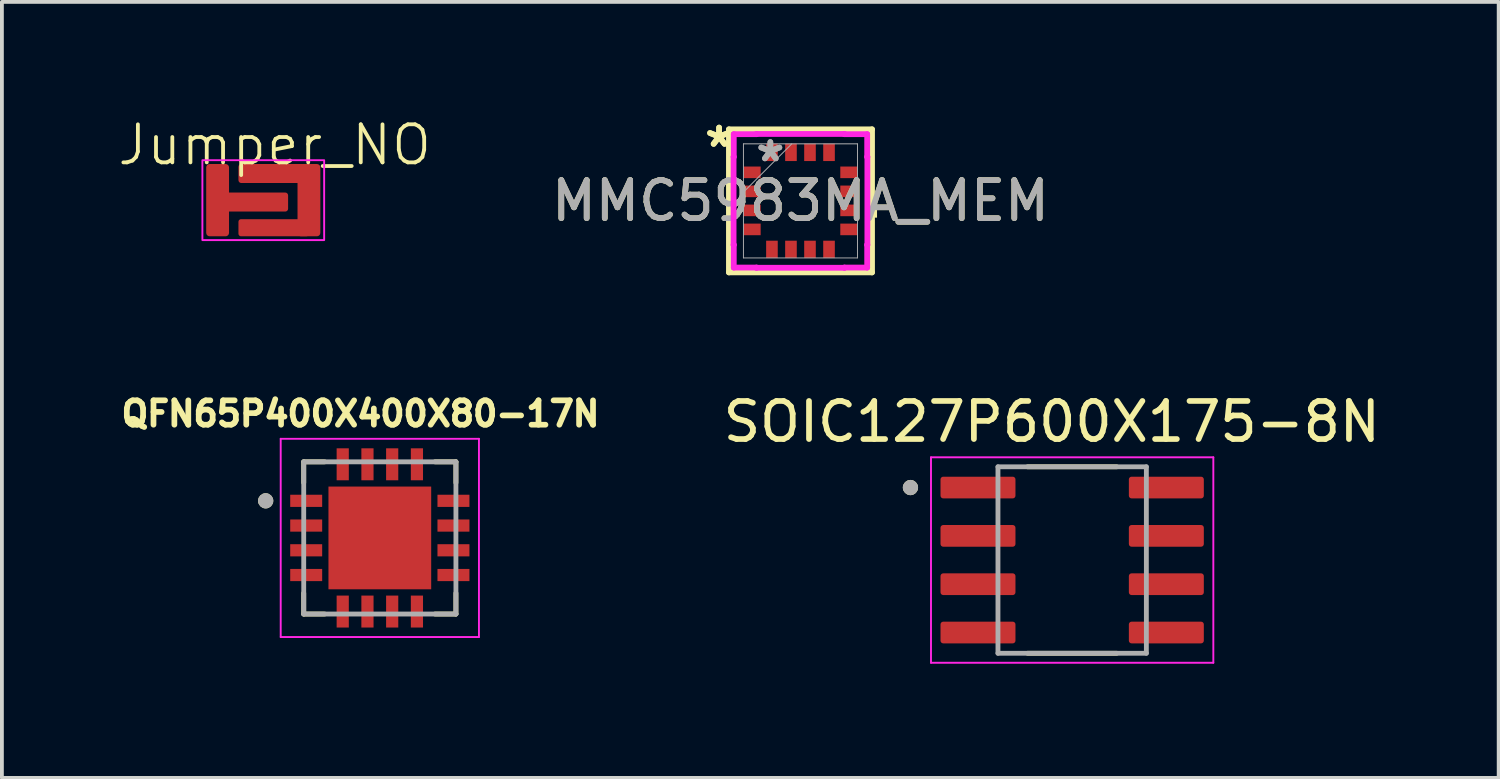
<source format=kicad_pcb>
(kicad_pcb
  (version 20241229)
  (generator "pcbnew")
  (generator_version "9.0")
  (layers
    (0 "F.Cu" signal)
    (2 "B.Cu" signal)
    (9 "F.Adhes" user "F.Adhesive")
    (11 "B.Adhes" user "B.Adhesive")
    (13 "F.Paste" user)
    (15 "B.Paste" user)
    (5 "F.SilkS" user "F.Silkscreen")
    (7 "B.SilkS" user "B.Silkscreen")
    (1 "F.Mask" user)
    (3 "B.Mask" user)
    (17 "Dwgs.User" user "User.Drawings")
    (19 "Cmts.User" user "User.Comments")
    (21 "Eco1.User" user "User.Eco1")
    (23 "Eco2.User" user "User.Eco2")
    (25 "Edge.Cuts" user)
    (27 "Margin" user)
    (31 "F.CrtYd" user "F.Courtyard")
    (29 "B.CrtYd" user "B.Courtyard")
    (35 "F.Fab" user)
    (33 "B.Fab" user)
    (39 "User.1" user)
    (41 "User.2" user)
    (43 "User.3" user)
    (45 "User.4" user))
  (footprint "SOIC127P600X175-8N"
    (layer "F.Cu")
    (at 25.127 11.668)
    (property "Reference" "SOIC127P600X175-8N" (at -0.535 -3.635 0) (layer "F.SilkS") (effects (font (size 1 1) (thickness 0.15))))
    (attr smd)
    (fp_line (start -1.17 -2.45) (end 1.17 -2.45) (stroke (width 0.127) (type solid)) (layer "F.SilkS"))
    (fp_line (start -1.17 2.45) (end 1.17 2.45) (stroke (width 0.127) (type solid)) (layer "F.SilkS"))
    (fp_circle (center -4.25 -1.905) (end -4.15 -1.905) (stroke (width 0.2) (type solid)) (fill no) (layer "F.SilkS"))
    (fp_line (start -3.71 -2.7) (end -3.71 2.7) (stroke (width 0.05) (type solid)) (layer "F.CrtYd"))
    (fp_line (start -3.71 -2.7) (end 3.71 -2.7) (stroke (width 0.05) (type solid)) (layer "F.CrtYd"))
    (fp_line (start -3.71 2.7) (end 3.71 2.7) (stroke (width 0.05) (type solid)) (layer "F.CrtYd"))
    (fp_line (start 3.71 -2.7) (end 3.71 2.7) (stroke (width 0.05) (type solid)) (layer "F.CrtYd"))
    (fp_line (start -1.95 -2.45) (end -1.95 2.45) (stroke (width 0.127) (type solid)) (layer "F.Fab"))
    (fp_line (start -1.95 -2.45) (end 1.95 -2.45) (stroke (width 0.127) (type solid)) (layer "F.Fab"))
    (fp_line (start -1.95 2.45) (end 1.95 2.45) (stroke (width 0.127) (type solid)) (layer "F.Fab"))
    (fp_line (start 1.95 -2.45) (end 1.95 2.45) (stroke (width 0.127) (type solid)) (layer "F.Fab"))
    (fp_circle (center -4.25 -1.905) (end -4.15 -1.905) (stroke (width 0.2) (type solid)) (fill no) (layer "F.Fab"))
    (pad "1" smd roundrect (at -2.475 -1.905) (size 1.97 0.57) (layers "F.Cu" "F.Mask" "F.Paste") (roundrect_rratio 0.125))
    (pad "2" smd roundrect (at -2.475 -0.635) (size 1.97 0.57) (layers "F.Cu" "F.Mask" "F.Paste") (roundrect_rratio 0.125))
    (pad "3" smd roundrect (at -2.475 0.635) (size 1.97 0.57) (layers "F.Cu" "F.Mask" "F.Paste") (roundrect_rratio 0.125))
    (pad "4" smd roundrect (at -2.475 1.905) (size 1.97 0.57) (layers "F.Cu" "F.Mask" "F.Paste") (roundrect_rratio 0.125))
    (pad "5" smd roundrect (at 2.475 1.905) (size 1.97 0.57) (layers "F.Cu" "F.Mask" "F.Paste") (roundrect_rratio 0.125))
    (pad "6" smd roundrect (at 2.475 0.635) (size 1.97 0.57) (layers "F.Cu" "F.Mask" "F.Paste") (roundrect_rratio 0.125))
    (pad "7" smd roundrect (at 2.475 -0.635) (size 1.97 0.57) (layers "F.Cu" "F.Mask" "F.Paste") (roundrect_rratio 0.125))
    (pad "8" smd roundrect (at 2.475 -1.905) (size 1.97 0.57) (layers "F.Cu" "F.Mask" "F.Paste") (roundrect_rratio 0.125)))
  (footprint "MMC5983MA_MEM"
    (layer "F.Cu")
    (at 17.987 2.229)
    (property "Reference" "MMC5983MA_MEM" (at 0 0 0) (unlocked yes) (layer "F.SilkS") (effects (font (size 1 1) (thickness 0.15))))
    (attr smd)
    (fp_line (start -1.88 -1.88) (end -1.88 1.88) (stroke (width 0.152) (type solid)) (layer "F.SilkS"))
    (fp_line (start -1.88 1.88) (end 1.88 1.88) (stroke (width 0.152) (type solid)) (layer "F.SilkS"))
    (fp_line (start 1.88 -1.88) (end -1.88 -1.88) (stroke (width 0.152) (type solid)) (layer "F.SilkS"))
    (fp_line (start 1.88 1.88) (end 1.88 -1.88) (stroke (width 0.152) (type solid)) (layer "F.SilkS"))
    (fp_poly (pts (xy 2.012 0.059) (xy 2.012 0.441) (xy 1.758 0.441) (xy 1.758 0.059)) (stroke (width 0) (type solid)) (fill yes) (layer "F.SilkS"))
    (fp_line (start -1.758 -1.156) (end -1.753 -1.156) (stroke (width 0.152) (type solid)) (layer "F.CrtYd"))
    (fp_line (start -1.758 1.156) (end -1.758 -1.156) (stroke (width 0.152) (type solid)) (layer "F.CrtYd"))
    (fp_line (start -1.753 -1.753) (end -1.156 -1.753) (stroke (width 0.152) (type solid)) (layer "F.CrtYd"))
    (fp_line (start -1.753 -1.156) (end -1.753 -1.753) (stroke (width 0.152) (type solid)) (layer "F.CrtYd"))
    (fp_line (start -1.753 1.156) (end -1.758 1.156) (stroke (width 0.152) (type solid)) (layer "F.CrtYd"))
    (fp_line (start -1.753 1.753) (end -1.753 1.156) (stroke (width 0.152) (type solid)) (layer "F.CrtYd"))
    (fp_line (start -1.156 -1.758) (end 1.156 -1.758) (stroke (width 0.152) (type solid)) (layer "F.CrtYd"))
    (fp_line (start -1.156 -1.753) (end -1.156 -1.758) (stroke (width 0.152) (type solid)) (layer "F.CrtYd"))
    (fp_line (start -1.156 1.753) (end -1.753 1.753) (stroke (width 0.152) (type solid)) (layer "F.CrtYd"))
    (fp_line (start -1.156 1.758) (end -1.156 1.753) (stroke (width 0.152) (type solid)) (layer "F.CrtYd"))
    (fp_line (start 1.156 -1.758) (end 1.156 -1.753) (stroke (width 0.152) (type solid)) (layer "F.CrtYd"))
    (fp_line (start 1.156 -1.753) (end 1.753 -1.753) (stroke (width 0.152) (type solid)) (layer "F.CrtYd"))
    (fp_line (start 1.156 1.753) (end 1.156 1.758) (stroke (width 0.152) (type solid)) (layer "F.CrtYd"))
    (fp_line (start 1.156 1.758) (end -1.156 1.758) (stroke (width 0.152) (type solid)) (layer "F.CrtYd"))
    (fp_line (start 1.753 -1.753) (end 1.753 -1.156) (stroke (width 0.152) (type solid)) (layer "F.CrtYd"))
    (fp_line (start 1.753 -1.156) (end 1.758 -1.156) (stroke (width 0.152) (type solid)) (layer "F.CrtYd"))
    (fp_line (start 1.753 1.156) (end 1.753 1.753) (stroke (width 0.152) (type solid)) (layer "F.CrtYd"))
    (fp_line (start 1.753 1.753) (end 1.156 1.753) (stroke (width 0.152) (type solid)) (layer "F.CrtYd"))
    (fp_line (start 1.758 -1.156) (end 1.758 1.156) (stroke (width 0.152) (type solid)) (layer "F.CrtYd"))
    (fp_line (start 1.758 1.156) (end 1.753 1.156) (stroke (width 0.152) (type solid)) (layer "F.CrtYd"))
    (fp_line (start -1.499 -1.499) (end -1.499 1.499) (stroke (width 0.025) (type solid)) (layer "F.Fab"))
    (fp_line (start -1.499 -0.229) (end -0.229 -1.499) (stroke (width 0.025) (type solid)) (layer "F.Fab"))
    (fp_line (start -1.499 1.499) (end 1.499 1.499) (stroke (width 0.025) (type solid)) (layer "F.Fab"))
    (fp_line (start 1.499 -1.499) (end -1.499 -1.499) (stroke (width 0.025) (type solid)) (layer "F.Fab"))
    (fp_line (start 1.499 1.499) (end 1.499 -1.499) (stroke (width 0.025) (type solid)) (layer "F.Fab"))
    (fp_text user "*" (at -2.139 -1.381 0) (unlocked yes) (layer "F.SilkS") (effects (font (size 1 1) (thickness 0.15))))
    (fp_text user "*" (at -2.139 -1.381 0) (layer "F.SilkS") (effects (font (size 1 1) (thickness 0.15))))
    (fp_text user "*" (at -0.792 -1 0) (unlocked yes) (layer "F.Fab") (effects (font (size 1 1) (thickness 0.15))))
    (fp_text user "*" (at -0.792 -1 0) (layer "F.Fab") (effects (font (size 1 1) (thickness 0.15))))
    (fp_text user "${REFERENCE}" (at 0 0 0) (unlocked yes) (layer "F.Fab") (effects (font (size 1 1) (thickness 0.15))))
    (pad "1" smd rect (at -1.275 -0.75 90) (size 0.305 0.457) (layers "F.Cu" "F.Mask" "F.Paste"))
    (pad "2" smd rect (at -1.275 -0.25 90) (size 0.305 0.457) (layers "F.Cu" "F.Mask" "F.Paste"))
    (pad "3" smd rect (at -1.275 0.25 90) (size 0.305 0.457) (layers "F.Cu" "F.Mask" "F.Paste"))
    (pad "4" smd rect (at -1.275 0.75 90) (size 0.305 0.457) (layers "F.Cu" "F.Mask" "F.Paste"))
    (pad "5" smd rect (at -0.75 1.275) (size 0.305 0.457) (layers "F.Cu" "F.Mask" "F.Paste"))
    (pad "6" smd rect (at -0.25 1.275) (size 0.305 0.457) (layers "F.Cu" "F.Mask" "F.Paste"))
    (pad "7" smd rect (at 0.25 1.275) (size 0.305 0.457) (layers "F.Cu" "F.Mask" "F.Paste"))
    (pad "8" smd rect (at 0.75 1.275) (size 0.305 0.457) (layers "F.Cu" "F.Mask" "F.Paste"))
    (pad "9" smd rect (at 1.275 0.75 90) (size 0.305 0.457) (layers "F.Cu" "F.Mask" "F.Paste"))
    (pad "10" smd rect (at 1.275 0.25 90) (size 0.305 0.457) (layers "F.Cu" "F.Mask" "F.Paste"))
    (pad "11" smd rect (at 1.275 -0.25 90) (size 0.305 0.457) (layers "F.Cu" "F.Mask" "F.Paste"))
    (pad "12" smd rect (at 1.275 -0.75 90) (size 0.305 0.457) (layers "F.Cu" "F.Mask" "F.Paste"))
    (pad "13" smd rect (at 0.75 -1.275) (size 0.305 0.457) (layers "F.Cu" "F.Mask" "F.Paste"))
    (pad "14" smd rect (at 0.25 -1.275) (size 0.305 0.457) (layers "F.Cu" "F.Mask" "F.Paste"))
    (pad "15" smd rect (at -0.25 -1.275) (size 0.305 0.457) (layers "F.Cu" "F.Mask" "F.Paste"))
    (pad "16" smd rect (at -0.75 -1.275) (size 0.305 0.457) (layers "F.Cu" "F.Mask" "F.Paste")))
  (footprint "Jumper_NO"
    (layer "F.Cu")
    (at 4.169 2.26)
    (property "Reference" "Jumper_NO" (at 0 -1.5 0) (unlocked yes) (layer "F.SilkS") (effects (font (size 1 1) (thickness 0.1))))
    (attr smd)
    (fp_rect (start -1.5 -1) (end 0.9 0.9) (stroke (width 0) (type solid)) (fill yes) (layer "F.Mask"))
    (fp_rect (start -1.9 -1.1) (end 1.3 1) (stroke (width 0.05) (type default)) (fill no) (layer "F.CrtYd"))
    (pad "1" smd roundrect (at -0.026 0.675) (size 1.853 0.45) (layers "F.Cu" "F.Mask") (roundrect_rratio 0.15))
    (pad "1" smd roundrect (at 0 -0.75) (size 1.905 0.5) (layers "F.Cu" "F.Mask") (roundrect_rratio 0.15))
    (pad "1" smd roundrect (at 0.9 -0.05) (size 0.6 1.9) (layers "F.Cu" "F.Mask") (roundrect_rratio 0.15))
    (pad "2" smd roundrect (at -1.5 -0.05) (size 0.6 1.9) (layers "F.Cu" "F.Mask") (roundrect_rratio 0.15))
    (pad "2" smd roundrect (at -0.6 0) (size 1.905 0.5) (layers "F.Cu" "F.Mask") (roundrect_rratio 0.15))
    (zone (net_name "") (layer "Margin") (hatch edge 0.5) (connect_pads) (min_thickness 0.25) (filled_areas_thickness no) (keepout (tracks not_allowed) (vias allowed) (pads allowed) (copperpour allowed) (footprints allowed)) (placement (enabled no)) (fill) (polygon (pts (xy 4.869 1.26) (xy 4.869 3.16) (xy 2.869 3.16) (xy 2.869 1.26)))))
  (footprint "QFN65P400X400X80-17N"
    (layer "F.Cu")
    (at 6.932 11.087)
    (property "Reference" "QFN65P400X400X80-17N" (at -0.508 -3.264 0) (layer "F.SilkS") (effects (font (size 0.64 0.64) (thickness 0.15))))
    (attr smd)
    (fp_poly (pts (xy -2.405 -1.185) (xy -1.465 -1.185) (xy -1.465 -0.765) (xy -2.405 -0.765)) (stroke (width 0.01) (type solid)) (fill yes) (layer "F.Mask"))
    (fp_poly (pts (xy -2.405 -0.535) (xy -1.465 -0.535) (xy -1.465 -0.115) (xy -2.405 -0.115)) (stroke (width 0.01) (type solid)) (fill yes) (layer "F.Mask"))
    (fp_poly (pts (xy -2.405 0.115) (xy -1.465 0.115) (xy -1.465 0.535) (xy -2.405 0.535)) (stroke (width 0.01) (type solid)) (fill yes) (layer "F.Mask"))
    (fp_poly (pts (xy -2.405 0.765) (xy -1.465 0.765) (xy -1.465 1.185) (xy -2.405 1.185)) (stroke (width 0.01) (type solid)) (fill yes) (layer "F.Mask"))
    (fp_poly (pts (xy -1.4 -1.4) (xy 1.4 -1.4) (xy 1.4 1.4) (xy -1.4 1.4)) (stroke (width 0.01) (type solid)) (fill yes) (layer "F.Mask"))
    (fp_poly (pts (xy -1.185 -2.405) (xy -0.765 -2.405) (xy -0.765 -1.465) (xy -1.185 -1.465)) (stroke (width 0.01) (type solid)) (fill yes) (layer "F.Mask"))
    (fp_poly (pts (xy -1.185 1.465) (xy -0.765 1.465) (xy -0.765 2.405) (xy -1.185 2.405)) (stroke (width 0.01) (type solid)) (fill yes) (layer "F.Mask"))
    (fp_poly (pts (xy -0.535 -2.405) (xy -0.115 -2.405) (xy -0.115 -1.465) (xy -0.535 -1.465)) (stroke (width 0.01) (type solid)) (fill yes) (layer "F.Mask"))
    (fp_poly (pts (xy -0.535 1.465) (xy -0.115 1.465) (xy -0.115 2.405) (xy -0.535 2.405)) (stroke (width 0.01) (type solid)) (fill yes) (layer "F.Mask"))
    (fp_poly (pts (xy 0.115 -2.405) (xy 0.535 -2.405) (xy 0.535 -1.465) (xy 0.115 -1.465)) (stroke (width 0.01) (type solid)) (fill yes) (layer "F.Mask"))
    (fp_poly (pts (xy 0.115 1.465) (xy 0.535 1.465) (xy 0.535 2.405) (xy 0.115 2.405)) (stroke (width 0.01) (type solid)) (fill yes) (layer "F.Mask"))
    (fp_poly (pts (xy 0.765 -2.405) (xy 1.185 -2.405) (xy 1.185 -1.465) (xy 0.765 -1.465)) (stroke (width 0.01) (type solid)) (fill yes) (layer "F.Mask"))
    (fp_poly (pts (xy 0.765 1.465) (xy 1.185 1.465) (xy 1.185 2.405) (xy 0.765 2.405)) (stroke (width 0.01) (type solid)) (fill yes) (layer "F.Mask"))
    (fp_poly (pts (xy 1.465 -1.185) (xy 2.405 -1.185) (xy 2.405 -0.765) (xy 1.465 -0.765)) (stroke (width 0.01) (type solid)) (fill yes) (layer "F.Mask"))
    (fp_poly (pts (xy 1.465 -0.535) (xy 2.405 -0.535) (xy 2.405 -0.115) (xy 1.465 -0.115)) (stroke (width 0.01) (type solid)) (fill yes) (layer "F.Mask"))
    (fp_poly (pts (xy 1.465 0.115) (xy 2.405 0.115) (xy 2.405 0.535) (xy 1.465 0.535)) (stroke (width 0.01) (type solid)) (fill yes) (layer "F.Mask"))
    (fp_poly (pts (xy 1.465 0.765) (xy 2.405 0.765) (xy 2.405 1.185) (xy 1.465 1.185)) (stroke (width 0.01) (type solid)) (fill yes) (layer "F.Mask"))
    (fp_line (start -2 -2) (end -2 -1.45) (stroke (width 0.127) (type solid)) (layer "F.SilkS"))
    (fp_line (start -2 -2) (end -1.45 -2) (stroke (width 0.127) (type solid)) (layer "F.SilkS"))
    (fp_line (start -2 2) (end -2 1.45) (stroke (width 0.127) (type solid)) (layer "F.SilkS"))
    (fp_line (start -2 2) (end -1.45 2) (stroke (width 0.127) (type solid)) (layer "F.SilkS"))
    (fp_line (start 2 -2) (end 1.45 -2) (stroke (width 0.127) (type solid)) (layer "F.SilkS"))
    (fp_line (start 2 -2) (end 2 -1.45) (stroke (width 0.127) (type solid)) (layer "F.SilkS"))
    (fp_line (start 2 2) (end 1.45 2) (stroke (width 0.127) (type solid)) (layer "F.SilkS"))
    (fp_line (start 2 2) (end 2 1.45) (stroke (width 0.127) (type solid)) (layer "F.SilkS"))
    (fp_circle (center -3 -0.975) (end -2.9 -0.975) (stroke (width 0.2) (type solid)) (fill no) (layer "F.SilkS"))
    (fp_poly (pts (xy -0.854 -0.854) (xy 0.854 -0.854) (xy 0.854 0.854) (xy -0.854 0.854)) (stroke (width 0.01) (type solid)) (fill yes) (layer "F.Paste"))
    (fp_line (start -2.605 -2.605) (end 2.605 -2.605) (stroke (width 0.05) (type solid)) (layer "F.CrtYd"))
    (fp_line (start -2.605 2.605) (end -2.605 -2.605) (stroke (width 0.05) (type solid)) (layer "F.CrtYd"))
    (fp_line (start -2.605 2.605) (end 2.605 2.605) (stroke (width 0.05) (type solid)) (layer "F.CrtYd"))
    (fp_line (start 2.605 2.605) (end 2.605 -2.605) (stroke (width 0.05) (type solid)) (layer "F.CrtYd"))
    (fp_line (start -2 2) (end -2 -2) (stroke (width 0.127) (type solid)) (layer "F.Fab"))
    (fp_line (start 2 -2) (end -2 -2) (stroke (width 0.127) (type solid)) (layer "F.Fab"))
    (fp_line (start 2 2) (end -2 2) (stroke (width 0.127) (type solid)) (layer "F.Fab"))
    (fp_line (start 2 2) (end 2 -2) (stroke (width 0.127) (type solid)) (layer "F.Fab"))
    (fp_circle (center -3 -0.975) (end -2.9 -0.975) (stroke (width 0.2) (type solid)) (fill no) (layer "F.Fab"))
    (pad "0" smd rect (at 0 0) (size 2.7 2.7) (layers "F.Cu"))
    (pad "1" smd rect (at -1.935 -0.975) (size 0.84 0.32) (layers "F.Cu" "F.Paste"))
    (pad "2" smd rect (at -1.935 -0.325) (size 0.84 0.32) (layers "F.Cu" "F.Paste"))
    (pad "3" smd rect (at -1.935 0.325) (size 0.84 0.32) (layers "F.Cu" "F.Paste"))
    (pad "4" smd rect (at -1.935 0.975) (size 0.84 0.32) (layers "F.Cu" "F.Paste"))
    (pad "5" smd rect (at -0.975 1.935) (size 0.32 0.84) (layers "F.Cu" "F.Paste"))
    (pad "6" smd rect (at -0.325 1.935) (size 0.32 0.84) (layers "F.Cu" "F.Paste"))
    (pad "7" smd rect (at 0.325 1.935) (size 0.32 0.84) (layers "F.Cu" "F.Paste"))
    (pad "8" smd rect (at 0.975 1.935) (size 0.32 0.84) (layers "F.Cu" "F.Paste"))
    (pad "9" smd rect (at 1.935 0.975) (size 0.84 0.32) (layers "F.Cu" "F.Paste"))
    (pad "10" smd rect (at 1.935 0.325) (size 0.84 0.32) (layers "F.Cu" "F.Paste"))
    (pad "11" smd rect (at 1.935 -0.325) (size 0.84 0.32) (layers "F.Cu" "F.Paste"))
    (pad "12" smd rect (at 1.935 -0.975) (size 0.84 0.32) (layers "F.Cu" "F.Paste"))
    (pad "13" smd rect (at 0.975 -1.935) (size 0.32 0.84) (layers "F.Cu" "F.Paste"))
    (pad "14" smd rect (at 0.325 -1.935) (size 0.32 0.84) (layers "F.Cu" "F.Paste"))
    (pad "15" smd rect (at -0.325 -1.935) (size 0.32 0.84) (layers "F.Cu" "F.Paste"))
    (pad "16" smd rect (at -0.975 -1.935) (size 0.32 0.84) (layers "F.Cu" "F.Paste")))
  (gr_rect
    (start -3 -3)
    (end 36.336 17.393)
    (stroke (width 0.1) (type default))
    (fill no)
    (layer "Edge.Cuts")))
</source>
